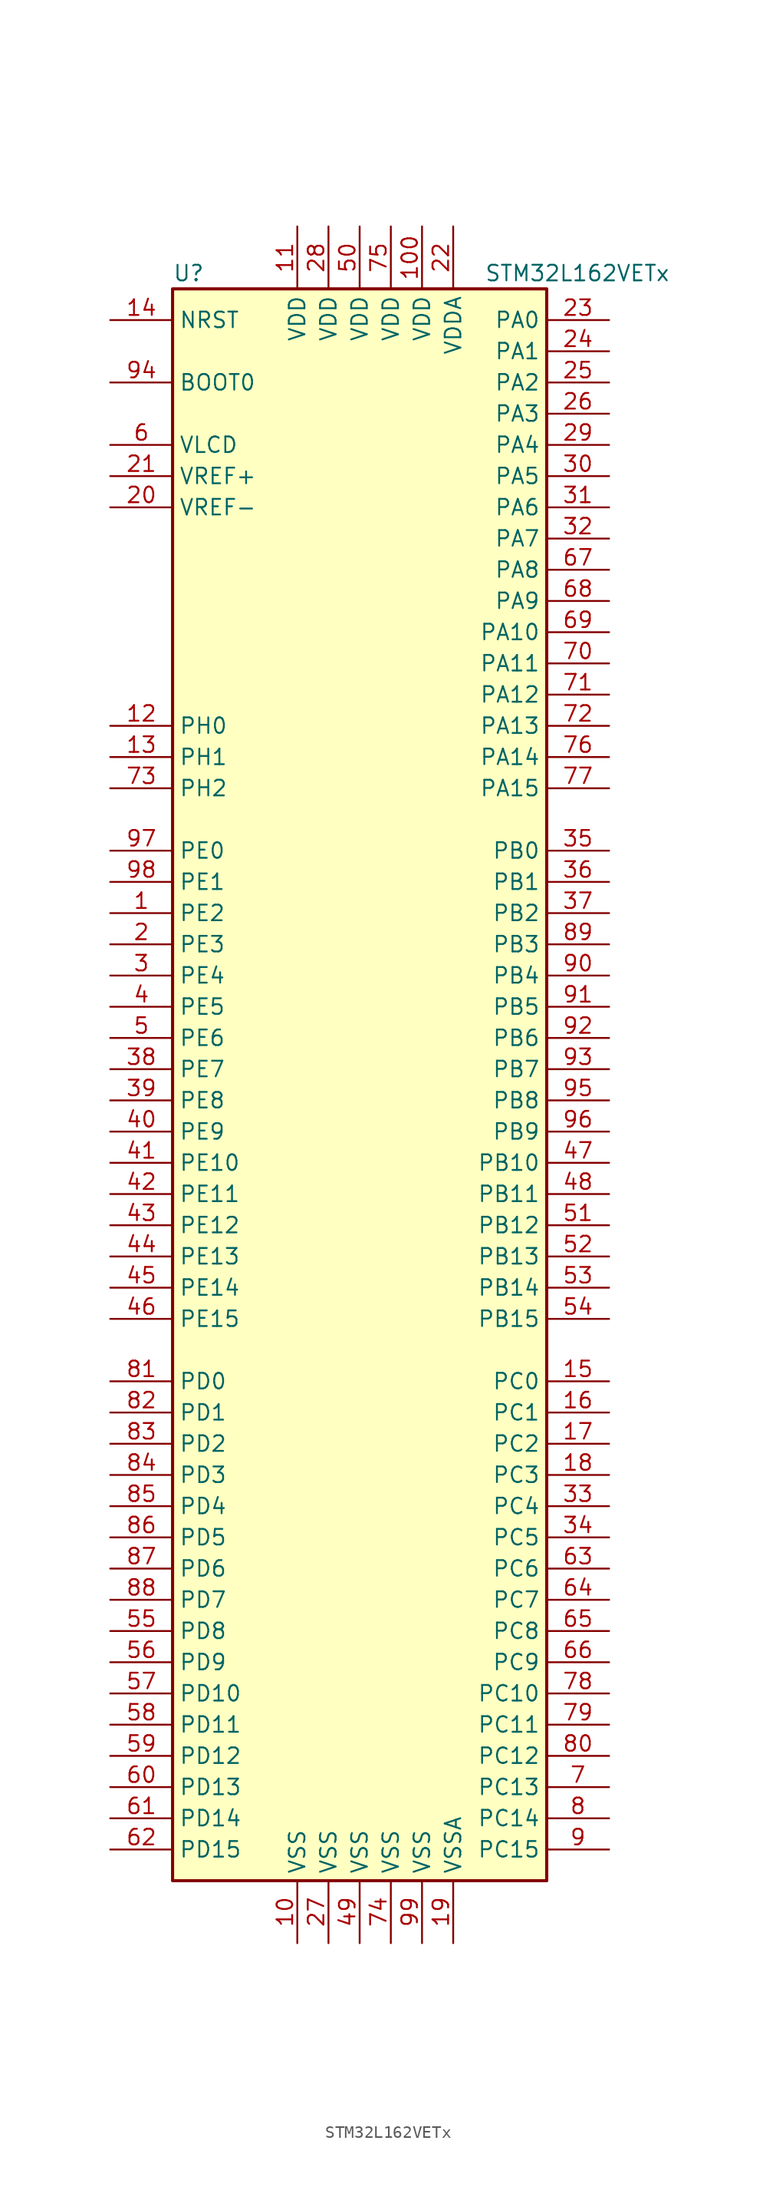
<source format=kicad_sym>
(kicad_symbol_lib
  (version 20201005)
  (generator kicad_symbol_editor)
  (symbol "STM32L162VETx"
    (property "Reference" "U"
      (at -15.24 64.77 0)
      (effects (font (size 1.27 1.27)) (justify left)))
    (property "Value" "STM32L162VETx"
      (at 10.16 64.77 0)
      (effects (font (size 1.27 1.27)) (justify left)))
    (symbol "STM32L162VETx_0_1"
      (rectangle (start -15.24 -66.04) (end 15.24 63.5) (stroke (width 0.254)) (fill (type background))))
    (symbol "STM32L162VETx_1_1"
      (pin bidirectional line (at -20.32 12.7 0) (length 5.08) (name "PE2" (effects (font (size 1.27 1.27)))) (number "1" (effects (font (size 1.27 1.27)))))
      (pin power_in line (at -5.08 -71.12 90) (length 5.08) (name "VSS" (effects (font (size 1.27 1.27)))) (number "10" (effects (font (size 1.27 1.27)))))
      (pin power_in line (at 5.08 68.58 270) (length 5.08) (name "VDD" (effects (font (size 1.27 1.27)))) (number "100" (effects (font (size 1.27 1.27)))))
      (pin power_in line (at -5.08 68.58 270) (length 5.08) (name "VDD" (effects (font (size 1.27 1.27)))) (number "11" (effects (font (size 1.27 1.27)))))
      (pin input line (at -20.32 27.94 0) (length 5.08) (name "PH0" (effects (font (size 1.27 1.27)))) (number "12" (effects (font (size 1.27 1.27)))))
      (pin input line (at -20.32 25.4 0) (length 5.08) (name "PH1" (effects (font (size 1.27 1.27)))) (number "13" (effects (font (size 1.27 1.27)))))
      (pin input line (at -20.32 60.96 0) (length 5.08) (name "NRST" (effects (font (size 1.27 1.27)))) (number "14" (effects (font (size 1.27 1.27)))))
      (pin bidirectional line (at 20.32 -25.4 180) (length 5.08) (name "PC0" (effects (font (size 1.27 1.27)))) (number "15" (effects (font (size 1.27 1.27)))))
      (pin bidirectional line (at 20.32 -27.94 180) (length 5.08) (name "PC1" (effects (font (size 1.27 1.27)))) (number "16" (effects (font (size 1.27 1.27)))))
      (pin bidirectional line (at 20.32 -30.48 180) (length 5.08) (name "PC2" (effects (font (size 1.27 1.27)))) (number "17" (effects (font (size 1.27 1.27)))))
      (pin bidirectional line (at 20.32 -33.02 180) (length 5.08) (name "PC3" (effects (font (size 1.27 1.27)))) (number "18" (effects (font (size 1.27 1.27)))))
      (pin power_in line (at 7.62 -71.12 90) (length 5.08) (name "VSSA" (effects (font (size 1.27 1.27)))) (number "19" (effects (font (size 1.27 1.27)))))
      (pin bidirectional line (at -20.32 10.16 0) (length 5.08) (name "PE3" (effects (font (size 1.27 1.27)))) (number "2" (effects (font (size 1.27 1.27)))))
      (pin power_in line (at -20.32 45.72 0) (length 5.08) (name "VREF-" (effects (font (size 1.27 1.27)))) (number "20" (effects (font (size 1.27 1.27)))))
      (pin power_in line (at -20.32 48.26 0) (length 5.08) (name "VREF+" (effects (font (size 1.27 1.27)))) (number "21" (effects (font (size 1.27 1.27)))))
      (pin power_in line (at 7.62 68.58 270) (length 5.08) (name "VDDA" (effects (font (size 1.27 1.27)))) (number "22" (effects (font (size 1.27 1.27)))))
      (pin bidirectional line (at 20.32 60.96 180) (length 5.08) (name "PA0" (effects (font (size 1.27 1.27)))) (number "23" (effects (font (size 1.27 1.27)))))
      (pin bidirectional line (at 20.32 58.42 180) (length 5.08) (name "PA1" (effects (font (size 1.27 1.27)))) (number "24" (effects (font (size 1.27 1.27)))))
      (pin bidirectional line (at 20.32 55.88 180) (length 5.08) (name "PA2" (effects (font (size 1.27 1.27)))) (number "25" (effects (font (size 1.27 1.27)))))
      (pin bidirectional line (at 20.32 53.34 180) (length 5.08) (name "PA3" (effects (font (size 1.27 1.27)))) (number "26" (effects (font (size 1.27 1.27)))))
      (pin power_in line (at -2.54 -71.12 90) (length 5.08) (name "VSS" (effects (font (size 1.27 1.27)))) (number "27" (effects (font (size 1.27 1.27)))))
      (pin power_in line (at -2.54 68.58 270) (length 5.08) (name "VDD" (effects (font (size 1.27 1.27)))) (number "28" (effects (font (size 1.27 1.27)))))
      (pin bidirectional line (at 20.32 50.8 180) (length 5.08) (name "PA4" (effects (font (size 1.27 1.27)))) (number "29" (effects (font (size 1.27 1.27)))))
      (pin bidirectional line (at -20.32 7.62 0) (length 5.08) (name "PE4" (effects (font (size 1.27 1.27)))) (number "3" (effects (font (size 1.27 1.27)))))
      (pin bidirectional line (at 20.32 48.26 180) (length 5.08) (name "PA5" (effects (font (size 1.27 1.27)))) (number "30" (effects (font (size 1.27 1.27)))))
      (pin bidirectional line (at 20.32 45.72 180) (length 5.08) (name "PA6" (effects (font (size 1.27 1.27)))) (number "31" (effects (font (size 1.27 1.27)))))
      (pin bidirectional line (at 20.32 43.18 180) (length 5.08) (name "PA7" (effects (font (size 1.27 1.27)))) (number "32" (effects (font (size 1.27 1.27)))))
      (pin bidirectional line (at 20.32 -35.56 180) (length 5.08) (name "PC4" (effects (font (size 1.27 1.27)))) (number "33" (effects (font (size 1.27 1.27)))))
      (pin bidirectional line (at 20.32 -38.1 180) (length 5.08) (name "PC5" (effects (font (size 1.27 1.27)))) (number "34" (effects (font (size 1.27 1.27)))))
      (pin bidirectional line (at 20.32 17.78 180) (length 5.08) (name "PB0" (effects (font (size 1.27 1.27)))) (number "35" (effects (font (size 1.27 1.27)))))
      (pin bidirectional line (at 20.32 15.24 180) (length 5.08) (name "PB1" (effects (font (size 1.27 1.27)))) (number "36" (effects (font (size 1.27 1.27)))))
      (pin bidirectional line (at 20.32 12.7 180) (length 5.08) (name "PB2" (effects (font (size 1.27 1.27)))) (number "37" (effects (font (size 1.27 1.27)))))
      (pin bidirectional line (at -20.32 0 0) (length 5.08) (name "PE7" (effects (font (size 1.27 1.27)))) (number "38" (effects (font (size 1.27 1.27)))))
      (pin bidirectional line (at -20.32 -2.54 0) (length 5.08) (name "PE8" (effects (font (size 1.27 1.27)))) (number "39" (effects (font (size 1.27 1.27)))))
      (pin bidirectional line (at -20.32 5.08 0) (length 5.08) (name "PE5" (effects (font (size 1.27 1.27)))) (number "4" (effects (font (size 1.27 1.27)))))
      (pin bidirectional line (at -20.32 -5.08 0) (length 5.08) (name "PE9" (effects (font (size 1.27 1.27)))) (number "40" (effects (font (size 1.27 1.27)))))
      (pin bidirectional line (at -20.32 -7.62 0) (length 5.08) (name "PE10" (effects (font (size 1.27 1.27)))) (number "41" (effects (font (size 1.27 1.27)))))
      (pin bidirectional line (at -20.32 -10.16 0) (length 5.08) (name "PE11" (effects (font (size 1.27 1.27)))) (number "42" (effects (font (size 1.27 1.27)))))
      (pin bidirectional line (at -20.32 -12.7 0) (length 5.08) (name "PE12" (effects (font (size 1.27 1.27)))) (number "43" (effects (font (size 1.27 1.27)))))
      (pin bidirectional line (at -20.32 -15.24 0) (length 5.08) (name "PE13" (effects (font (size 1.27 1.27)))) (number "44" (effects (font (size 1.27 1.27)))))
      (pin bidirectional line (at -20.32 -17.78 0) (length 5.08) (name "PE14" (effects (font (size 1.27 1.27)))) (number "45" (effects (font (size 1.27 1.27)))))
      (pin bidirectional line (at -20.32 -20.32 0) (length 5.08) (name "PE15" (effects (font (size 1.27 1.27)))) (number "46" (effects (font (size 1.27 1.27)))))
      (pin bidirectional line (at 20.32 -7.62 180) (length 5.08) (name "PB10" (effects (font (size 1.27 1.27)))) (number "47" (effects (font (size 1.27 1.27)))))
      (pin bidirectional line (at 20.32 -10.16 180) (length 5.08) (name "PB11" (effects (font (size 1.27 1.27)))) (number "48" (effects (font (size 1.27 1.27)))))
      (pin power_in line (at 0 -71.12 90) (length 5.08) (name "VSS" (effects (font (size 1.27 1.27)))) (number "49" (effects (font (size 1.27 1.27)))))
      (pin bidirectional line (at -20.32 2.54 0) (length 5.08) (name "PE6" (effects (font (size 1.27 1.27)))) (number "5" (effects (font (size 1.27 1.27)))))
      (pin power_in line (at 0 68.58 270) (length 5.08) (name "VDD" (effects (font (size 1.27 1.27)))) (number "50" (effects (font (size 1.27 1.27)))))
      (pin bidirectional line (at 20.32 -12.7 180) (length 5.08) (name "PB12" (effects (font (size 1.27 1.27)))) (number "51" (effects (font (size 1.27 1.27)))))
      (pin bidirectional line (at 20.32 -15.24 180) (length 5.08) (name "PB13" (effects (font (size 1.27 1.27)))) (number "52" (effects (font (size 1.27 1.27)))))
      (pin bidirectional line (at 20.32 -17.78 180) (length 5.08) (name "PB14" (effects (font (size 1.27 1.27)))) (number "53" (effects (font (size 1.27 1.27)))))
      (pin bidirectional line (at 20.32 -20.32 180) (length 5.08) (name "PB15" (effects (font (size 1.27 1.27)))) (number "54" (effects (font (size 1.27 1.27)))))
      (pin bidirectional line (at -20.32 -45.72 0) (length 5.08) (name "PD8" (effects (font (size 1.27 1.27)))) (number "55" (effects (font (size 1.27 1.27)))))
      (pin bidirectional line (at -20.32 -48.26 0) (length 5.08) (name "PD9" (effects (font (size 1.27 1.27)))) (number "56" (effects (font (size 1.27 1.27)))))
      (pin bidirectional line (at -20.32 -50.8 0) (length 5.08) (name "PD10" (effects (font (size 1.27 1.27)))) (number "57" (effects (font (size 1.27 1.27)))))
      (pin bidirectional line (at -20.32 -53.34 0) (length 5.08) (name "PD11" (effects (font (size 1.27 1.27)))) (number "58" (effects (font (size 1.27 1.27)))))
      (pin bidirectional line (at -20.32 -55.88 0) (length 5.08) (name "PD12" (effects (font (size 1.27 1.27)))) (number "59" (effects (font (size 1.27 1.27)))))
      (pin power_in line (at -20.32 50.8 0) (length 5.08) (name "VLCD" (effects (font (size 1.27 1.27)))) (number "6" (effects (font (size 1.27 1.27)))))
      (pin bidirectional line (at -20.32 -58.42 0) (length 5.08) (name "PD13" (effects (font (size 1.27 1.27)))) (number "60" (effects (font (size 1.27 1.27)))))
      (pin bidirectional line (at -20.32 -60.96 0) (length 5.08) (name "PD14" (effects (font (size 1.27 1.27)))) (number "61" (effects (font (size 1.27 1.27)))))
      (pin bidirectional line (at -20.32 -63.5 0) (length 5.08) (name "PD15" (effects (font (size 1.27 1.27)))) (number "62" (effects (font (size 1.27 1.27)))))
      (pin bidirectional line (at 20.32 -40.64 180) (length 5.08) (name "PC6" (effects (font (size 1.27 1.27)))) (number "63" (effects (font (size 1.27 1.27)))))
      (pin bidirectional line (at 20.32 -43.18 180) (length 5.08) (name "PC7" (effects (font (size 1.27 1.27)))) (number "64" (effects (font (size 1.27 1.27)))))
      (pin bidirectional line (at 20.32 -45.72 180) (length 5.08) (name "PC8" (effects (font (size 1.27 1.27)))) (number "65" (effects (font (size 1.27 1.27)))))
      (pin bidirectional line (at 20.32 -48.26 180) (length 5.08) (name "PC9" (effects (font (size 1.27 1.27)))) (number "66" (effects (font (size 1.27 1.27)))))
      (pin bidirectional line (at 20.32 40.64 180) (length 5.08) (name "PA8" (effects (font (size 1.27 1.27)))) (number "67" (effects (font (size 1.27 1.27)))))
      (pin bidirectional line (at 20.32 38.1 180) (length 5.08) (name "PA9" (effects (font (size 1.27 1.27)))) (number "68" (effects (font (size 1.27 1.27)))))
      (pin bidirectional line (at 20.32 35.56 180) (length 5.08) (name "PA10" (effects (font (size 1.27 1.27)))) (number "69" (effects (font (size 1.27 1.27)))))
      (pin bidirectional line (at 20.32 -58.42 180) (length 5.08) (name "PC13" (effects (font (size 1.27 1.27)))) (number "7" (effects (font (size 1.27 1.27)))))
      (pin bidirectional line (at 20.32 33.02 180) (length 5.08) (name "PA11" (effects (font (size 1.27 1.27)))) (number "70" (effects (font (size 1.27 1.27)))))
      (pin bidirectional line (at 20.32 30.48 180) (length 5.08) (name "PA12" (effects (font (size 1.27 1.27)))) (number "71" (effects (font (size 1.27 1.27)))))
      (pin bidirectional line (at 20.32 27.94 180) (length 5.08) (name "PA13" (effects (font (size 1.27 1.27)))) (number "72" (effects (font (size 1.27 1.27)))))
      (pin bidirectional line (at -20.32 22.86 0) (length 5.08) (name "PH2" (effects (font (size 1.27 1.27)))) (number "73" (effects (font (size 1.27 1.27)))))
      (pin power_in line (at 2.54 -71.12 90) (length 5.08) (name "VSS" (effects (font (size 1.27 1.27)))) (number "74" (effects (font (size 1.27 1.27)))))
      (pin power_in line (at 2.54 68.58 270) (length 5.08) (name "VDD" (effects (font (size 1.27 1.27)))) (number "75" (effects (font (size 1.27 1.27)))))
      (pin bidirectional line (at 20.32 25.4 180) (length 5.08) (name "PA14" (effects (font (size 1.27 1.27)))) (number "76" (effects (font (size 1.27 1.27)))))
      (pin bidirectional line (at 20.32 22.86 180) (length 5.08) (name "PA15" (effects (font (size 1.27 1.27)))) (number "77" (effects (font (size 1.27 1.27)))))
      (pin bidirectional line (at 20.32 -50.8 180) (length 5.08) (name "PC10" (effects (font (size 1.27 1.27)))) (number "78" (effects (font (size 1.27 1.27)))))
      (pin bidirectional line (at 20.32 -53.34 180) (length 5.08) (name "PC11" (effects (font (size 1.27 1.27)))) (number "79" (effects (font (size 1.27 1.27)))))
      (pin bidirectional line (at 20.32 -60.96 180) (length 5.08) (name "PC14" (effects (font (size 1.27 1.27)))) (number "8" (effects (font (size 1.27 1.27)))))
      (pin bidirectional line (at 20.32 -55.88 180) (length 5.08) (name "PC12" (effects (font (size 1.27 1.27)))) (number "80" (effects (font (size 1.27 1.27)))))
      (pin bidirectional line (at -20.32 -25.4 0) (length 5.08) (name "PD0" (effects (font (size 1.27 1.27)))) (number "81" (effects (font (size 1.27 1.27)))))
      (pin bidirectional line (at -20.32 -27.94 0) (length 5.08) (name "PD1" (effects (font (size 1.27 1.27)))) (number "82" (effects (font (size 1.27 1.27)))))
      (pin bidirectional line (at -20.32 -30.48 0) (length 5.08) (name "PD2" (effects (font (size 1.27 1.27)))) (number "83" (effects (font (size 1.27 1.27)))))
      (pin bidirectional line (at -20.32 -33.02 0) (length 5.08) (name "PD3" (effects (font (size 1.27 1.27)))) (number "84" (effects (font (size 1.27 1.27)))))
      (pin bidirectional line (at -20.32 -35.56 0) (length 5.08) (name "PD4" (effects (font (size 1.27 1.27)))) (number "85" (effects (font (size 1.27 1.27)))))
      (pin bidirectional line (at -20.32 -38.1 0) (length 5.08) (name "PD5" (effects (font (size 1.27 1.27)))) (number "86" (effects (font (size 1.27 1.27)))))
      (pin bidirectional line (at -20.32 -40.64 0) (length 5.08) (name "PD6" (effects (font (size 1.27 1.27)))) (number "87" (effects (font (size 1.27 1.27)))))
      (pin bidirectional line (at -20.32 -43.18 0) (length 5.08) (name "PD7" (effects (font (size 1.27 1.27)))) (number "88" (effects (font (size 1.27 1.27)))))
      (pin bidirectional line (at 20.32 10.16 180) (length 5.08) (name "PB3" (effects (font (size 1.27 1.27)))) (number "89" (effects (font (size 1.27 1.27)))))
      (pin bidirectional line (at 20.32 -63.5 180) (length 5.08) (name "PC15" (effects (font (size 1.27 1.27)))) (number "9" (effects (font (size 1.27 1.27)))))
      (pin bidirectional line (at 20.32 7.62 180) (length 5.08) (name "PB4" (effects (font (size 1.27 1.27)))) (number "90" (effects (font (size 1.27 1.27)))))
      (pin bidirectional line (at 20.32 5.08 180) (length 5.08) (name "PB5" (effects (font (size 1.27 1.27)))) (number "91" (effects (font (size 1.27 1.27)))))
      (pin bidirectional line (at 20.32 2.54 180) (length 5.08) (name "PB6" (effects (font (size 1.27 1.27)))) (number "92" (effects (font (size 1.27 1.27)))))
      (pin bidirectional line (at 20.32 0 180) (length 5.08) (name "PB7" (effects (font (size 1.27 1.27)))) (number "93" (effects (font (size 1.27 1.27)))))
      (pin input line (at -20.32 55.88 0) (length 5.08) (name "BOOT0" (effects (font (size 1.27 1.27)))) (number "94" (effects (font (size 1.27 1.27)))))
      (pin bidirectional line (at 20.32 -2.54 180) (length 5.08) (name "PB8" (effects (font (size 1.27 1.27)))) (number "95" (effects (font (size 1.27 1.27)))))
      (pin bidirectional line (at 20.32 -5.08 180) (length 5.08) (name "PB9" (effects (font (size 1.27 1.27)))) (number "96" (effects (font (size 1.27 1.27)))))
      (pin bidirectional line (at -20.32 17.78 0) (length 5.08) (name "PE0" (effects (font (size 1.27 1.27)))) (number "97" (effects (font (size 1.27 1.27)))))
      (pin bidirectional line (at -20.32 15.24 0) (length 5.08) (name "PE1" (effects (font (size 1.27 1.27)))) (number "98" (effects (font (size 1.27 1.27)))))
      (pin power_in line (at 5.08 -71.12 90) (length 5.08) (name "VSS" (effects (font (size 1.27 1.27)))) (number "99" (effects (font (size 1.27 1.27))))))))
</source>
